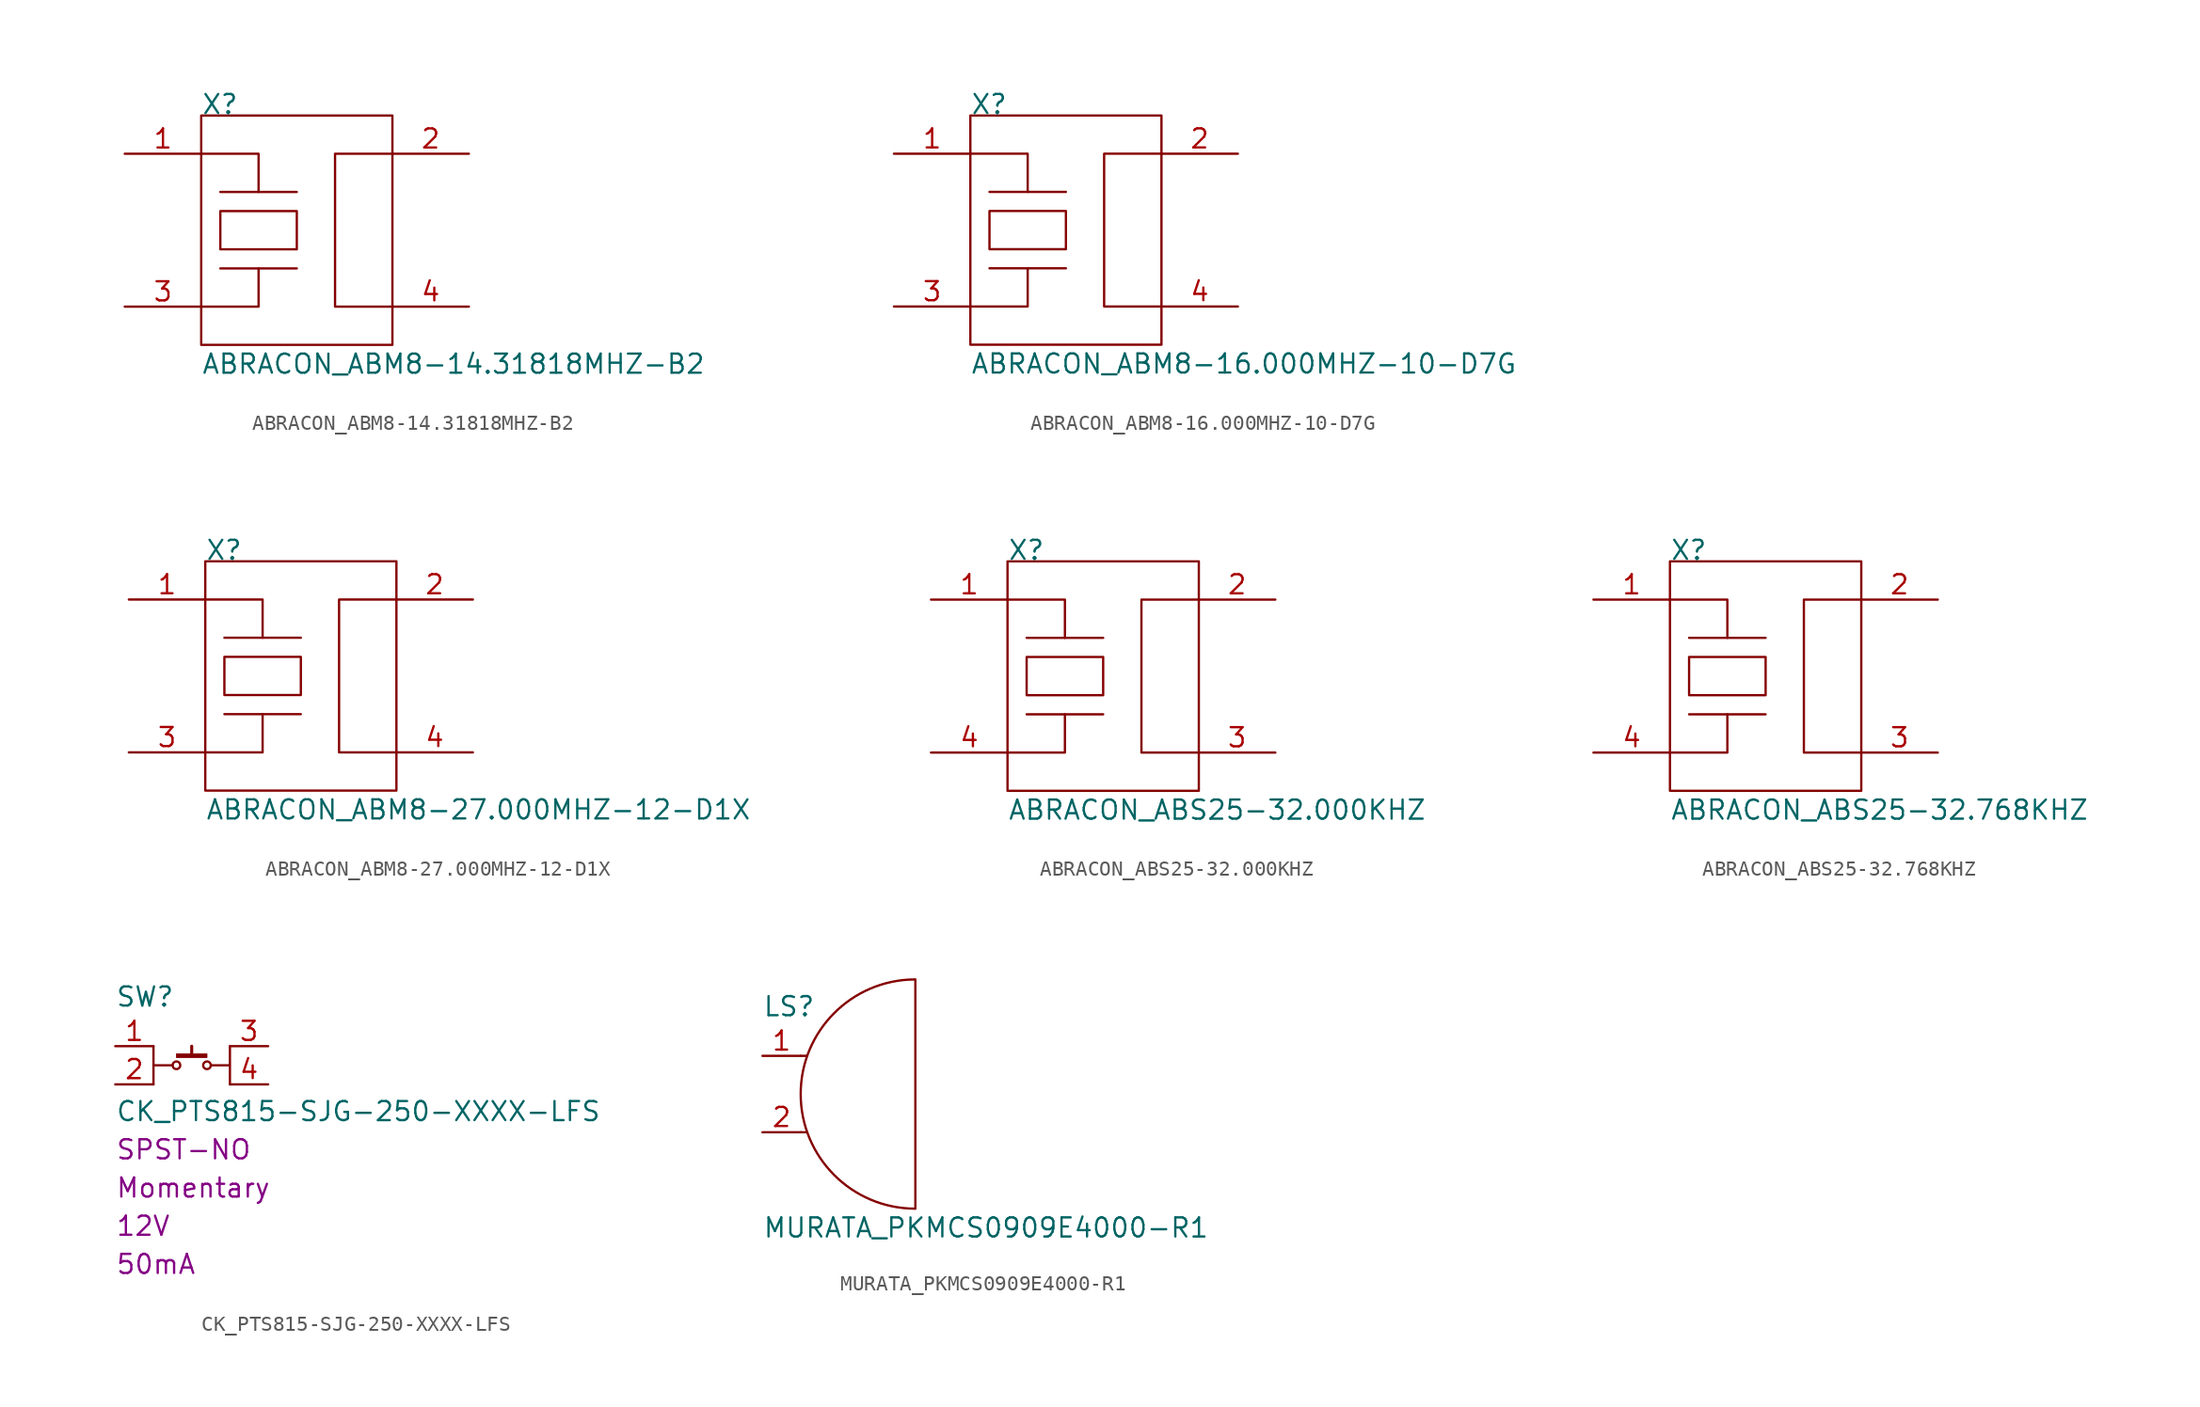
<source format=kicad_sym>
(kicad_symbol_lib
  (version 20211014)
  (generator kicad_symbol_editor)
  (symbol "ABRACON_ABM8-14.31818MHZ-B2"
    (pin_names hide)
    (property "Reference" "X"
      (at 5.08 2.54 0)
      (effects (font (size 1.27 1.27)) (justify left bottom)))
    (property "Value" "ABRACON_ABM8-14.31818MHZ-B2"
      (at 5.08 -13.97 0)
      (effects (font (size 1.27 1.27)) (justify left)))
    (symbol "ABRACON_ABM8-14.31818MHZ-B2_0_0"
      (polyline (pts (xy 6.35 -7.62) (xy 11.43 -7.62)) (stroke (width 0.152) (type default) (color 0 0 0 0)) (fill (type none)))
      (polyline (pts (xy 6.35 -2.54) (xy 11.43 -2.54)) (stroke (width 0.152) (type default) (color 0 0 0 0)) (fill (type none)))
      (polyline (pts (xy 5.08 -10.16) (xy 8.89 -10.16) (xy 8.89 -7.62)) (stroke (width 0.152) (type default) (color 0 0 0 0)) (fill (type none)))
      (polyline (pts (xy 5.08 0) (xy 8.89 0) (xy 8.89 -2.54)) (stroke (width 0.152) (type default) (color 0 0 0 0)) (fill (type none)))
      (polyline (pts (xy 17.78 0) (xy 13.97 0) (xy 13.97 -10.16) (xy 17.78 -10.16)) (stroke (width 0.152) (type default) (color 0 0 0 0)) (fill (type none)))
      (polyline (pts (xy 6.35 -3.81) (xy 6.35 -6.35) (xy 11.43 -6.35) (xy 11.43 -3.81) (xy 6.35 -3.81)) (stroke (width 0.152) (type default) (color 0 0 0 0)) (fill (type none)))
      (rectangle (start 5.08 2.54) (end 17.78 -12.7) (stroke (width 0.152) (type default) (color 0 0 0 0)) (fill (type none))))
    (symbol "ABRACON_ABM8-14.31818MHZ-B2_1_1"
      (pin passive line (at 0 0 0) (length 5.08) (name "1" (effects (font (size 1.27 1.27)))) (number "1" (effects (font (size 1.27 1.27)))))
      (pin passive line (at 22.86 0 180) (length 5.08) (name "2" (effects (font (size 1.27 1.27)))) (number "2" (effects (font (size 1.27 1.27)))))
      (pin passive line (at 0 -10.16 0) (length 5.08) (name "3" (effects (font (size 1.27 1.27)))) (number "3" (effects (font (size 1.27 1.27)))))
      (pin passive line (at 22.86 -10.16 180) (length 5.08) (name "4" (effects (font (size 1.27 1.27)))) (number "4" (effects (font (size 1.27 1.27)))))))
  (symbol "ABRACON_ABM8-16.000MHZ-10-D7G"
    (pin_names hide)
    (property "Reference" "X"
      (at 5.08 2.54 0)
      (effects (font (size 1.27 1.27)) (justify left bottom)))
    (property "Value" "ABRACON_ABM8-16.000MHZ-10-D7G"
      (at 5.08 -13.97 0)
      (effects (font (size 1.27 1.27)) (justify left)))
    (symbol "ABRACON_ABM8-16.000MHZ-10-D7G_0_0"
      (polyline (pts (xy 6.35 -7.62) (xy 11.43 -7.62)) (stroke (width 0.152) (type default) (color 0 0 0 0)) (fill (type none)))
      (polyline (pts (xy 6.35 -2.54) (xy 11.43 -2.54)) (stroke (width 0.152) (type default) (color 0 0 0 0)) (fill (type none)))
      (polyline (pts (xy 5.08 -10.16) (xy 8.89 -10.16) (xy 8.89 -7.62)) (stroke (width 0.152) (type default) (color 0 0 0 0)) (fill (type none)))
      (polyline (pts (xy 5.08 0) (xy 8.89 0) (xy 8.89 -2.54)) (stroke (width 0.152) (type default) (color 0 0 0 0)) (fill (type none)))
      (polyline (pts (xy 17.78 0) (xy 13.97 0) (xy 13.97 -10.16) (xy 17.78 -10.16)) (stroke (width 0.152) (type default) (color 0 0 0 0)) (fill (type none)))
      (polyline (pts (xy 6.35 -3.81) (xy 6.35 -6.35) (xy 11.43 -6.35) (xy 11.43 -3.81) (xy 6.35 -3.81)) (stroke (width 0.152) (type default) (color 0 0 0 0)) (fill (type none)))
      (rectangle (start 5.08 2.54) (end 17.78 -12.7) (stroke (width 0.152) (type default) (color 0 0 0 0)) (fill (type none))))
    (symbol "ABRACON_ABM8-16.000MHZ-10-D7G_1_1"
      (pin passive line (at 0 0 0) (length 5.08) (name "1" (effects (font (size 1.27 1.27)))) (number "1" (effects (font (size 1.27 1.27)))))
      (pin passive line (at 22.86 0 180) (length 5.08) (name "2" (effects (font (size 1.27 1.27)))) (number "2" (effects (font (size 1.27 1.27)))))
      (pin passive line (at 0 -10.16 0) (length 5.08) (name "3" (effects (font (size 1.27 1.27)))) (number "3" (effects (font (size 1.27 1.27)))))
      (pin passive line (at 22.86 -10.16 180) (length 5.08) (name "4" (effects (font (size 1.27 1.27)))) (number "4" (effects (font (size 1.27 1.27)))))))
  (symbol "ABRACON_ABM8-27.000MHZ-12-D1X"
    (pin_names hide)
    (property "Reference" "X"
      (at 5.08 2.54 0)
      (effects (font (size 1.27 1.27)) (justify left bottom)))
    (property "Value" "ABRACON_ABM8-27.000MHZ-12-D1X"
      (at 5.08 -13.97 0)
      (effects (font (size 1.27 1.27)) (justify left)))
    (symbol "ABRACON_ABM8-27.000MHZ-12-D1X_0_0"
      (polyline (pts (xy 6.35 -7.62) (xy 11.43 -7.62)) (stroke (width 0.152) (type default) (color 0 0 0 0)) (fill (type none)))
      (polyline (pts (xy 6.35 -2.54) (xy 11.43 -2.54)) (stroke (width 0.152) (type default) (color 0 0 0 0)) (fill (type none)))
      (polyline (pts (xy 5.08 -10.16) (xy 8.89 -10.16) (xy 8.89 -7.62)) (stroke (width 0.152) (type default) (color 0 0 0 0)) (fill (type none)))
      (polyline (pts (xy 5.08 0) (xy 8.89 0) (xy 8.89 -2.54)) (stroke (width 0.152) (type default) (color 0 0 0 0)) (fill (type none)))
      (polyline (pts (xy 17.78 0) (xy 13.97 0) (xy 13.97 -10.16) (xy 17.78 -10.16)) (stroke (width 0.152) (type default) (color 0 0 0 0)) (fill (type none)))
      (polyline (pts (xy 6.35 -3.81) (xy 6.35 -6.35) (xy 11.43 -6.35) (xy 11.43 -3.81) (xy 6.35 -3.81)) (stroke (width 0.152) (type default) (color 0 0 0 0)) (fill (type none)))
      (rectangle (start 5.08 2.54) (end 17.78 -12.7) (stroke (width 0.152) (type default) (color 0 0 0 0)) (fill (type none))))
    (symbol "ABRACON_ABM8-27.000MHZ-12-D1X_1_1"
      (pin passive line (at 0 0 0) (length 5.08) (name "1" (effects (font (size 1.27 1.27)))) (number "1" (effects (font (size 1.27 1.27)))))
      (pin passive line (at 22.86 0 180) (length 5.08) (name "2" (effects (font (size 1.27 1.27)))) (number "2" (effects (font (size 1.27 1.27)))))
      (pin passive line (at 0 -10.16 0) (length 5.08) (name "3" (effects (font (size 1.27 1.27)))) (number "3" (effects (font (size 1.27 1.27)))))
      (pin passive line (at 22.86 -10.16 180) (length 5.08) (name "4" (effects (font (size 1.27 1.27)))) (number "4" (effects (font (size 1.27 1.27)))))))
  (symbol "ABRACON_ABS25-32.000KHZ"
    (pin_names hide)
    (property "Reference" "X"
      (at 5.08 2.54 0)
      (effects (font (size 1.27 1.27)) (justify left bottom)))
    (property "Value" "ABRACON_ABS25-32.000KHZ"
      (at 5.08 -13.97 0)
      (effects (font (size 1.27 1.27)) (justify left)))
    (symbol "ABRACON_ABS25-32.000KHZ_0_0"
      (polyline (pts (xy 6.35 -7.62) (xy 11.43 -7.62)) (stroke (width 0.152) (type default) (color 0 0 0 0)) (fill (type none)))
      (polyline (pts (xy 6.35 -2.54) (xy 11.43 -2.54)) (stroke (width 0.152) (type default) (color 0 0 0 0)) (fill (type none)))
      (polyline (pts (xy 5.08 -10.16) (xy 8.89 -10.16) (xy 8.89 -7.62)) (stroke (width 0.152) (type default) (color 0 0 0 0)) (fill (type none)))
      (polyline (pts (xy 5.08 0) (xy 8.89 0) (xy 8.89 -2.54)) (stroke (width 0.152) (type default) (color 0 0 0 0)) (fill (type none)))
      (polyline (pts (xy 17.78 0) (xy 13.97 0) (xy 13.97 -10.16) (xy 17.78 -10.16)) (stroke (width 0.152) (type default) (color 0 0 0 0)) (fill (type none)))
      (polyline (pts (xy 6.35 -3.81) (xy 6.35 -6.35) (xy 11.43 -6.35) (xy 11.43 -3.81) (xy 6.35 -3.81)) (stroke (width 0.152) (type default) (color 0 0 0 0)) (fill (type none)))
      (rectangle (start 5.08 2.54) (end 17.78 -12.7) (stroke (width 0.152) (type default) (color 0 0 0 0)) (fill (type none))))
    (symbol "ABRACON_ABS25-32.000KHZ_1_1"
      (pin passive line (at 0 0 0) (length 5.08) (name "1" (effects (font (size 1.27 1.27)))) (number "1" (effects (font (size 1.27 1.27)))))
      (pin passive line (at 22.86 0 180) (length 5.08) (name "2" (effects (font (size 1.27 1.27)))) (number "2" (effects (font (size 1.27 1.27)))))
      (pin passive line (at 22.86 -10.16 180) (length 5.08) (name "3" (effects (font (size 1.27 1.27)))) (number "3" (effects (font (size 1.27 1.27)))))
      (pin passive line (at 0 -10.16 0) (length 5.08) (name "4" (effects (font (size 1.27 1.27)))) (number "4" (effects (font (size 1.27 1.27)))))))
  (symbol "ABRACON_ABS25-32.768KHZ"
    (pin_names hide)
    (property "Reference" "X"
      (at 5.08 2.54 0)
      (effects (font (size 1.27 1.27)) (justify left bottom)))
    (property "Value" "ABRACON_ABS25-32.768KHZ"
      (at 5.08 -13.97 0)
      (effects (font (size 1.27 1.27)) (justify left)))
    (symbol "ABRACON_ABS25-32.768KHZ_0_0"
      (polyline (pts (xy 6.35 -7.62) (xy 11.43 -7.62)) (stroke (width 0.152) (type default) (color 0 0 0 0)) (fill (type none)))
      (polyline (pts (xy 6.35 -2.54) (xy 11.43 -2.54)) (stroke (width 0.152) (type default) (color 0 0 0 0)) (fill (type none)))
      (polyline (pts (xy 5.08 -10.16) (xy 8.89 -10.16) (xy 8.89 -7.62)) (stroke (width 0.152) (type default) (color 0 0 0 0)) (fill (type none)))
      (polyline (pts (xy 5.08 0) (xy 8.89 0) (xy 8.89 -2.54)) (stroke (width 0.152) (type default) (color 0 0 0 0)) (fill (type none)))
      (polyline (pts (xy 17.78 0) (xy 13.97 0) (xy 13.97 -10.16) (xy 17.78 -10.16)) (stroke (width 0.152) (type default) (color 0 0 0 0)) (fill (type none)))
      (polyline (pts (xy 6.35 -3.81) (xy 6.35 -6.35) (xy 11.43 -6.35) (xy 11.43 -3.81) (xy 6.35 -3.81)) (stroke (width 0.152) (type default) (color 0 0 0 0)) (fill (type none)))
      (rectangle (start 5.08 2.54) (end 17.78 -12.7) (stroke (width 0.152) (type default) (color 0 0 0 0)) (fill (type none))))
    (symbol "ABRACON_ABS25-32.768KHZ_1_1"
      (pin passive line (at 0 0 0) (length 5.08) (name "1" (effects (font (size 1.27 1.27)))) (number "1" (effects (font (size 1.27 1.27)))))
      (pin passive line (at 22.86 0 180) (length 5.08) (name "2" (effects (font (size 1.27 1.27)))) (number "2" (effects (font (size 1.27 1.27)))))
      (pin passive line (at 22.86 -10.16 180) (length 5.08) (name "3" (effects (font (size 1.27 1.27)))) (number "3" (effects (font (size 1.27 1.27)))))
      (pin passive line (at 0 -10.16 0) (length 5.08) (name "4" (effects (font (size 1.27 1.27)))) (number "4" (effects (font (size 1.27 1.27)))))))
  (symbol "CK_PTS815-SJG-250-XXXX-LFS"
    (pin_names hide)
    (property "Reference" "SW"
      (at 0 2.54 0)
      (effects (font (size 1.27 1.27)) (justify left bottom)))
    (property "Value" "CK_PTS815-SJG-250-XXXX-LFS"
      (at 0 -5.08 0)
      (effects (font (size 1.27 1.27)) (justify left bottom)))
    (property "Type" "Momentary"
      (at 0 -10.16 0)
      (effects (font (size 1.27 1.27)) (justify left bottom)))
    (property "Control" "SPST-NO"
      (at 0 -7.62 0)
      (effects (font (size 1.27 1.27)) (justify left bottom)))
    (property "Vmax" "12V"
      (at 0 -12.7 0)
      (effects (font (size 1.27 1.27)) (justify left bottom)))
    (property "Current" "50mA"
      (at 0 -15.24 0)
      (effects (font (size 1.27 1.27)) (justify left bottom)))
    (symbol "CK_PTS815-SJG-250-XXXX-LFS_0_1"
      (polyline (pts (xy 2.54 -1.27) (xy 3.81 -1.27)) (stroke (width 0.152) (type default) (color 0 0 0 0)) (fill (type none)))
      (polyline (pts (xy 2.54 0) (xy 2.54 -2.54)) (stroke (width 0.152) (type default) (color 0 0 0 0)) (fill (type none)))
      (polyline (pts (xy 5.08 -0.508) (xy 5.08 0)) (stroke (width 0.2) (type default) (color 0 0 0 0)) (fill (type none)))
      (polyline (pts (xy 7.62 0) (xy 7.62 -2.54) (xy 7.62 -1.27) (xy 6.35 -1.27)) (stroke (width 0.152) (type default) (color 0 0 0 0)) (fill (type none)))
      (circle (center 4.064 -1.27) (radius 0.254) (stroke (width 0.152) (type default) (color 0 0 0 0)) (fill (type none)))
      (rectangle (start 4.064 -0.508) (end 6.096 -0.762) (stroke (width 0.05) (type default) (color 0 0 0 0)) (fill (type outline)))
      (circle (center 6.096 -1.27) (radius 0.254) (stroke (width 0.152) (type default) (color 0 0 0 0)) (fill (type none))))
    (symbol "CK_PTS815-SJG-250-XXXX-LFS_1_1"
      (pin passive line (at 0 0 0) (length 2.54) (name "1" (effects (font (size 1.27 1.27)))) (number "1" (effects (font (size 1.27 1.27)))))
      (pin passive line (at 0 -2.54 0) (length 2.54) (name "2" (effects (font (size 1.27 1.27)))) (number "2" (effects (font (size 1.27 1.27)))))
      (pin passive line (at 10.16 0 180) (length 2.54) (name "3" (effects (font (size 1.27 1.27)))) (number "3" (effects (font (size 1.27 1.27)))))
      (pin passive line (at 10.16 -2.54 180) (length 2.54) (name "4" (effects (font (size 1.27 1.27)))) (number "4" (effects (font (size 1.27 1.27)))))))
  (symbol "MURATA_PKMCS0909E4000-R1"
    (pin_names hide)
    (property "Reference" "LS"
      (at 0 2.54 0)
      (effects (font (size 1.27 1.27)) (justify left bottom)))
    (property "Value" "MURATA_PKMCS0909E4000-R1"
      (at 0 -11.43 0)
      (effects (font (size 1.27 1.27)) (justify left)))
    (symbol "MURATA_PKMCS0909E4000-R1_0_1"
      (polyline (pts (xy 2.921 -5.08) (xy 2.54 -5.08)) (stroke (width 0.152) (type default) (color 0 0 0 0)) (fill (type none)))
      (polyline (pts (xy 2.921 0) (xy 2.54 0)) (stroke (width 0.152) (type default) (color 0 0 0 0)) (fill (type none)))
      (polyline (pts (xy 10.16 -10.16) (xy 10.16 5.08)) (stroke (width 0.152) (type default) (color 0 0 0 0)) (fill (type none)))
      (arc (start 10.121 5.08) (mid 2.5399 -2.54) (end 10.121 -10.16) (stroke (width 0.1524) (type default) (color 0 0 0 0)) (fill (type none))))
    (symbol "MURATA_PKMCS0909E4000-R1_1_1"
      (pin passive line (at 0 0 0) (length 2.54) (name "1" (effects (font (size 1.27 1.27)))) (number "1" (effects (font (size 1.27 1.27)))))
      (pin passive line (at 0 -5.08 0) (length 2.54) (name "2" (effects (font (size 1.27 1.27)))) (number "2" (effects (font (size 1.27 1.27))))))))
</source>
